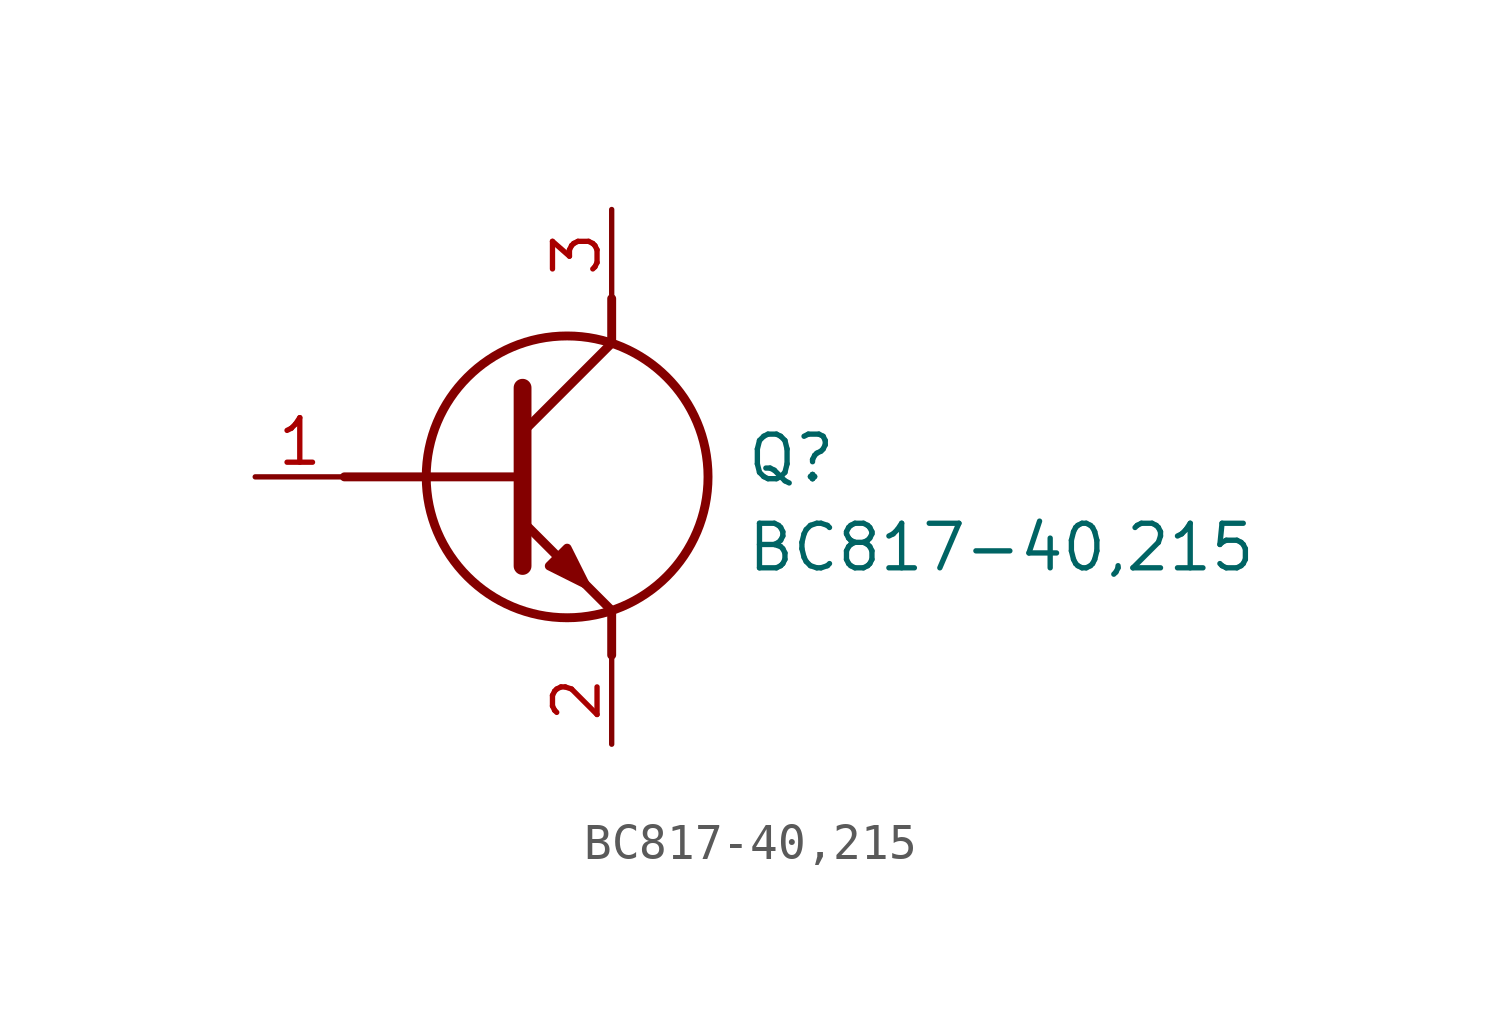
<source format=kicad_sym>
(kicad_symbol_lib
  (version 20211014)
  (generator SamacSys_ECAD_Model)
  (symbol "BC817-40,215"
    (pin_names hide)
    (property "Reference" "Q"
      (at 13.97 1.27 0)
      (effects (font (size 1.27 1.27)) (justify left top)))
    (property "Value" "BC817-40,215"
      (at 13.97 -1.27 0)
      (effects (font (size 1.27 1.27)) (justify left top)))
    (polyline
      (pts (xy 7.62 2.54) (xy 7.62 -2.54))
      (stroke (width 0.508) (type default))
      (fill (type none)))
    (polyline
      (pts (xy 7.62 1.27) (xy 10.16 3.81))
      (stroke (width 0.254) (type default))
      (fill (type none)))
    (polyline
      (pts (xy 7.62 -1.27) (xy 10.16 -3.81))
      (stroke (width 0.254) (type default))
      (fill (type none)))
    (polyline
      (pts (xy 10.16 -3.81) (xy 10.16 -5.08))
      (stroke (width 0.254) (type default))
      (fill (type none)))
    (polyline
      (pts (xy 10.16 3.81) (xy 10.16 5.08))
      (stroke (width 0.254) (type default))
      (fill (type none)))
    (polyline
      (pts (xy 2.54 0) (xy 7.62 0))
      (stroke (width 0.254) (type default))
      (fill (type none)))
    (circle
      (center 8.89 0)
      (radius 4.016)
      (stroke (width 0.254) (type default))
      (fill (type none)))
    (polyline
      (pts (xy 8.382 -2.54) (xy 8.89 -2.032) (xy 9.398 -3.048) (xy 8.382 -2.54))
      (stroke (width 0.254) (type default))
      (fill (type outline)))
    (pin passive line
      (at 0 0 0)
      (length 2.54)
      (name "B" (effects (font (size 1.27 1.27))))
      (number "1" (effects (font (size 1.27 1.27)))))
    (pin passive line
      (at 10.16 -7.62 90)
      (length 2.54)
      (name "E" (effects (font (size 1.27 1.27))))
      (number "2" (effects (font (size 1.27 1.27)))))
    (pin passive line
      (at 10.16 7.62 270)
      (length 2.54)
      (name "C" (effects (font (size 1.27 1.27))))
      (number "3" (effects (font (size 1.27 1.27)))))))
</source>
